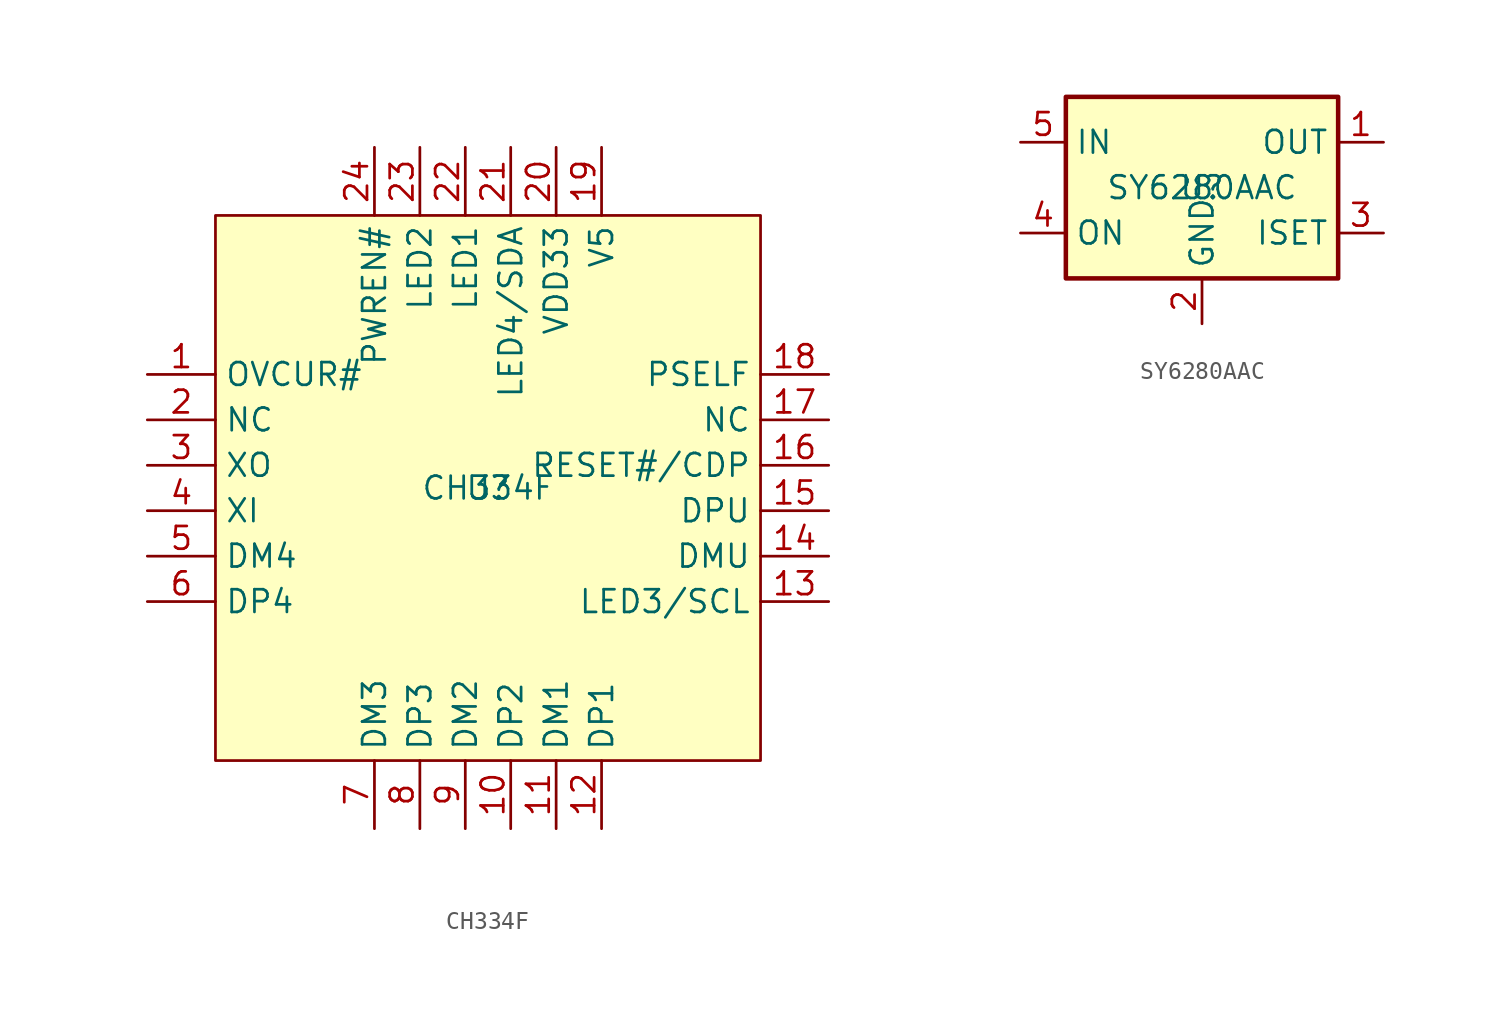
<source format=kicad_sym>
(kicad_symbol_lib
  (version 20231120)
  (generator "kicad_symbol_editor")
  (generator_version "8.99")
  (symbol "CH334F"
    (property "Reference" "U"
      (at 0 0 0)
      (effects (font (size 1.27 1.27))))
    (property "Value" "CH334F"
      (at 0 0 0)
      (effects (font (size 1.27 1.27))))
    (symbol "CH334F_1_1"
      (rectangle (start -15.24 15.24) (end 15.24 -15.24) (stroke (width 0) (type default)) (fill (type background)))
      (pin input line (at -19.05 6.35 0) (length 3.81) (name "OVCUR#" (effects (font (size 1.27 1.27)))) (number "1" (effects (font (size 1.27 1.27)))))
      (pin input line (at 1.27 -19.05 90) (length 3.81) (name "DP2" (effects (font (size 1.27 1.27)))) (number "10" (effects (font (size 1.27 1.27)))))
      (pin input line (at 3.81 -19.05 90) (length 3.81) (name "DM1" (effects (font (size 1.27 1.27)))) (number "11" (effects (font (size 1.27 1.27)))))
      (pin input line (at 6.35 -19.05 90) (length 3.81) (name "DP1" (effects (font (size 1.27 1.27)))) (number "12" (effects (font (size 1.27 1.27)))))
      (pin input line (at 19.05 -6.35 180) (length 3.81) (name "LED3/SCL" (effects (font (size 1.27 1.27)))) (number "13" (effects (font (size 1.27 1.27)))))
      (pin input line (at 19.05 -3.81 180) (length 3.81) (name "DMU" (effects (font (size 1.27 1.27)))) (number "14" (effects (font (size 1.27 1.27)))))
      (pin input line (at 19.05 -1.27 180) (length 3.81) (name "DPU" (effects (font (size 1.27 1.27)))) (number "15" (effects (font (size 1.27 1.27)))))
      (pin input line (at 19.05 1.27 180) (length 3.81) (name "RESET#/CDP" (effects (font (size 1.27 1.27)))) (number "16" (effects (font (size 1.27 1.27)))))
      (pin input line (at 19.05 3.81 180) (length 3.81) (name "NC" (effects (font (size 1.27 1.27)))) (number "17" (effects (font (size 1.27 1.27)))))
      (pin input line (at 19.05 6.35 180) (length 3.81) (name "PSELF" (effects (font (size 1.27 1.27)))) (number "18" (effects (font (size 1.27 1.27)))))
      (pin input line (at 6.35 19.05 270) (length 3.81) (name "V5" (effects (font (size 1.27 1.27)))) (number "19" (effects (font (size 1.27 1.27)))))
      (pin input line (at -19.05 3.81 0) (length 3.81) (name "NC" (effects (font (size 1.27 1.27)))) (number "2" (effects (font (size 1.27 1.27)))))
      (pin input line (at 3.81 19.05 270) (length 3.81) (name "VDD33" (effects (font (size 1.27 1.27)))) (number "20" (effects (font (size 1.27 1.27)))))
      (pin input line (at 1.27 19.05 270) (length 3.81) (name "LED4/SDA" (effects (font (size 1.27 1.27)))) (number "21" (effects (font (size 1.27 1.27)))))
      (pin input line (at -1.27 19.05 270) (length 3.81) (name "LED1" (effects (font (size 1.27 1.27)))) (number "22" (effects (font (size 1.27 1.27)))))
      (pin input line (at -3.81 19.05 270) (length 3.81) (name "LED2" (effects (font (size 1.27 1.27)))) (number "23" (effects (font (size 1.27 1.27)))))
      (pin input line (at -6.35 19.05 270) (length 3.81) (name "PWREN#" (effects (font (size 1.27 1.27)))) (number "24" (effects (font (size 1.27 1.27)))))
      (pin input line (at -19.05 1.27 0) (length 3.81) (name "XO" (effects (font (size 1.27 1.27)))) (number "3" (effects (font (size 1.27 1.27)))))
      (pin input line (at -19.05 -1.27 0) (length 3.81) (name "XI" (effects (font (size 1.27 1.27)))) (number "4" (effects (font (size 1.27 1.27)))))
      (pin input line (at -19.05 -3.81 0) (length 3.81) (name "DM4" (effects (font (size 1.27 1.27)))) (number "5" (effects (font (size 1.27 1.27)))))
      (pin input line (at -19.05 -6.35 0) (length 3.81) (name "DP4" (effects (font (size 1.27 1.27)))) (number "6" (effects (font (size 1.27 1.27)))))
      (pin input line (at -6.35 -19.05 90) (length 3.81) (name "DM3" (effects (font (size 1.27 1.27)))) (number "7" (effects (font (size 1.27 1.27)))))
      (pin input line (at -3.81 -19.05 90) (length 3.81) (name "DP3" (effects (font (size 1.27 1.27)))) (number "8" (effects (font (size 1.27 1.27)))))
      (pin input line (at -1.27 -19.05 90) (length 3.81) (name "DM2" (effects (font (size 1.27 1.27)))) (number "9" (effects (font (size 1.27 1.27)))))))
  (symbol "SY6280AAC"
    (property "Reference" "U"
      (at 0 0 0)
      (effects (font (size 1.27 1.27))))
    (property "Value" "SY6280AAC"
      (at 0 0 0)
      (effects (font (size 1.27 1.27))))
    (symbol "SY6280AAC_0_1"
      (rectangle (start -7.62 5.08) (end 7.62 -5.08) (stroke (width 0.254) (type default)) (fill (type background))))
    (symbol "SY6280AAC_1_1"
      (pin power_out line (at 10.16 2.54 180) (length 2.54) (name "OUT" (effects (font (size 1.27 1.27)))) (number "1" (effects (font (size 1.27 1.27)))))
      (pin power_in line (at 0 -7.62 90) (length 2.54) (name "GND" (effects (font (size 1.27 1.27)))) (number "2" (effects (font (size 1.27 1.27)))))
      (pin passive line (at 10.16 -2.54 180) (length 2.54) (name "ISET" (effects (font (size 1.27 1.27)))) (number "3" (effects (font (size 1.27 1.27)))))
      (pin input line (at -10.16 -2.54 0) (length 2.54) (name "ON" (effects (font (size 1.27 1.27)))) (number "4" (effects (font (size 1.27 1.27)))))
      (pin power_in line (at -10.16 2.54 0) (length 2.54) (name "IN" (effects (font (size 1.27 1.27)))) (number "5" (effects (font (size 1.27 1.27))))))))
</source>
